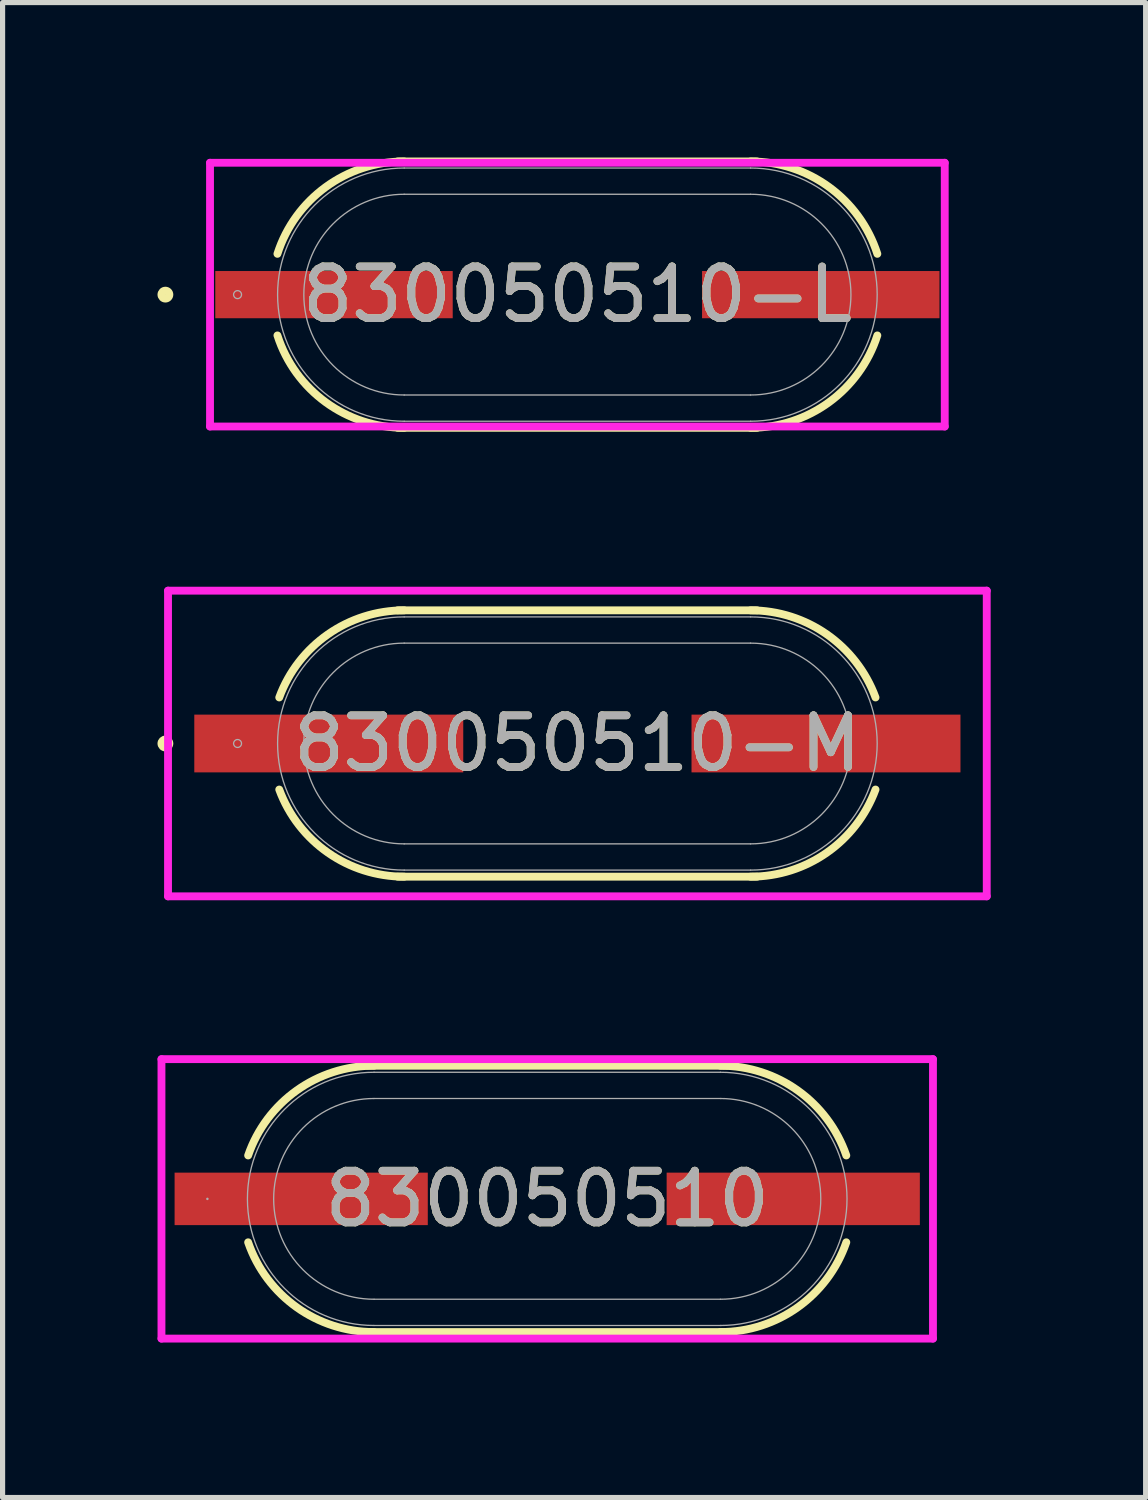
<source format=kicad_pcb>
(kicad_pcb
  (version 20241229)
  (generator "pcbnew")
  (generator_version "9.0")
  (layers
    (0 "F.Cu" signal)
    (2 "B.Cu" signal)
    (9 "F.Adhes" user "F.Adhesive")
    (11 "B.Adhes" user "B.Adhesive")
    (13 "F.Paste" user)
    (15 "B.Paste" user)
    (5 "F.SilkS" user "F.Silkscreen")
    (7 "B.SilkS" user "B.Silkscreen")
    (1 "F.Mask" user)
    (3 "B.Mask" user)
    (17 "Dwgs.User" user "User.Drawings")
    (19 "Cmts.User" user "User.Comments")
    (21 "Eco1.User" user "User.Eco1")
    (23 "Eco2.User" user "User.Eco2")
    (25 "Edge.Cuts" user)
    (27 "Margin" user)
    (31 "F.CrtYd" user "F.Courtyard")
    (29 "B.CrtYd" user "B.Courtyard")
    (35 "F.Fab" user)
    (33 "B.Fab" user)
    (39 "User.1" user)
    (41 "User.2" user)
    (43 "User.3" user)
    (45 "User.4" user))
  (footprint "830050510"
    (layer "F.Cu")
    (at 7.544 20.16)
    (property "Reference" "830050510" (at 0 0 0) (unlocked yes) (layer "F.SilkS") (effects (font (size 1 1) (thickness 0.15))))
    (attr smd)
    (fp_line (start -3.48 -2.578) (end 3.48 -2.578) (stroke (width 0.152) (type solid)) (layer "F.SilkS"))
    (fp_line (start 3.48 2.578) (end -3.48 2.578) (stroke (width 0.152) (type solid)) (layer "F.SilkS"))
    (fp_arc (start -5.789961 -0.84074) (mid -4.849311 -2.099299) (end -3.3528 -2.5781) (stroke (width 0.1524) (type solid)) (layer "F.SilkS"))
    (fp_arc (start -3.3528 2.5781) (mid -4.849311 2.099298) (end -5.789962 0.840738) (stroke (width 0.1524) (type solid)) (layer "F.SilkS"))
    (fp_arc (start 3.3528 -2.5781) (mid 4.849311 -2.099299) (end 5.789961 -0.84074) (stroke (width 0.1524) (type solid)) (layer "F.SilkS"))
    (fp_arc (start 5.789961 0.84074) (mid 4.849311 2.099299) (end 3.3528 2.5781) (stroke (width 0.1524) (type solid)) (layer "F.SilkS"))
    (fp_line (start -7.468 -2.705) (end 7.468 -2.705) (stroke (width 0.152) (type solid)) (layer "F.CrtYd"))
    (fp_line (start -7.468 2.705) (end -7.468 -2.705) (stroke (width 0.152) (type solid)) (layer "F.CrtYd"))
    (fp_line (start 7.468 -2.705) (end 7.468 2.705) (stroke (width 0.152) (type solid)) (layer "F.CrtYd"))
    (fp_line (start 7.468 2.705) (end -7.468 2.705) (stroke (width 0.152) (type solid)) (layer "F.CrtYd"))
    (fp_line (start -3.353 -2.451) (end 3.353 -2.451) (stroke (width 0.025) (type solid)) (layer "F.Fab"))
    (fp_line (start -3.353 -1.943) (end 3.353 -1.943) (stroke (width 0.025) (type solid)) (layer "F.Fab"))
    (fp_line (start 3.353 1.943) (end -3.353 1.943) (stroke (width 0.025) (type solid)) (layer "F.Fab"))
    (fp_line (start 3.353 2.451) (end -3.353 2.451) (stroke (width 0.025) (type solid)) (layer "F.Fab"))
    (fp_arc (start -3.3528 1.9431) (mid -5.2959 0) (end -3.3528 -1.9431) (stroke (width 0.0254) (type solid)) (layer "F.Fab"))
    (fp_arc (start -3.3528 2.4511) (mid -5.8039 0) (end -3.3528 -2.4511) (stroke (width 0.0254) (type solid)) (layer "F.Fab"))
    (fp_arc (start 3.3528 -2.4511) (mid 5.8039 0) (end 3.3528 2.4511) (stroke (width 0.0254) (type solid)) (layer "F.Fab"))
    (fp_arc (start 3.3528 -1.9431) (mid 5.2959 0) (end 3.3528 1.9431) (stroke (width 0.0254) (type solid)) (layer "F.Fab"))
    (fp_circle (center -6.579 0) (end -6.579 0) (stroke (width 0.025) (type solid)) (fill no) (layer "F.Fab"))
    (fp_text user "${REFERENCE}" (at 0 0 0) (unlocked yes) (layer "F.Fab") (effects (font (size 1 1) (thickness 0.15))))
    (pad "1" smd rect (at -4.763 0 90) (size 1.016 4.902) (layers "F.Cu" "F.Mask" "F.Paste"))
    (pad "2" smd rect (at 4.763 0 90) (size 1.016 4.902) (layers "F.Cu" "F.Mask" "F.Paste")))
  (footprint "830050510-L"
    (layer "F.Cu")
    (at 8.128 2.654)
    (property "Reference" "830050510-L" (at 0 0 0) (unlocked yes) (layer "F.SilkS") (effects (font (size 1 1) (thickness 0.15))))
    (attr smd)
    (fp_line (start -3.48 -2.578) (end 3.48 -2.578) (stroke (width 0.152) (type solid)) (layer "F.SilkS"))
    (fp_line (start 3.48 2.578) (end -3.48 2.578) (stroke (width 0.152) (type solid)) (layer "F.SilkS"))
    (fp_arc (start -5.806897 -0.78994) (mid -4.871032 -2.083644) (end -3.3528 -2.5781) (stroke (width 0.1524) (type solid)) (layer "F.SilkS"))
    (fp_arc (start -3.352796 2.5781) (mid -4.871029 2.083646) (end -5.806897 0.789942) (stroke (width 0.1524) (type solid)) (layer "F.SilkS"))
    (fp_arc (start 3.3528 -2.5781) (mid 4.871032 -2.083644) (end 5.806897 -0.78994) (stroke (width 0.1524) (type solid)) (layer "F.SilkS"))
    (fp_arc (start 5.806897 0.78994) (mid 4.871032 2.083644) (end 3.3528 2.5781) (stroke (width 0.1524) (type solid)) (layer "F.SilkS"))
    (fp_circle (center -7.976 0) (end -7.899 0) (stroke (width 0.152) (type solid)) (fill no) (layer "F.SilkS"))
    (fp_line (start -7.112 -2.553) (end 7.112 -2.553) (stroke (width 0.152) (type solid)) (layer "F.CrtYd"))
    (fp_line (start -7.112 2.553) (end -7.112 -2.553) (stroke (width 0.152) (type solid)) (layer "F.CrtYd"))
    (fp_line (start 7.112 -2.553) (end 7.112 2.553) (stroke (width 0.152) (type solid)) (layer "F.CrtYd"))
    (fp_line (start 7.112 2.553) (end -7.112 2.553) (stroke (width 0.152) (type solid)) (layer "F.CrtYd"))
    (fp_line (start -3.353 -2.451) (end 3.353 -2.451) (stroke (width 0.025) (type solid)) (layer "F.Fab"))
    (fp_line (start -3.353 -1.943) (end 3.353 -1.943) (stroke (width 0.025) (type solid)) (layer "F.Fab"))
    (fp_line (start 3.353 1.943) (end -3.353 1.943) (stroke (width 0.025) (type solid)) (layer "F.Fab"))
    (fp_line (start 3.353 2.451) (end -3.353 2.451) (stroke (width 0.025) (type solid)) (layer "F.Fab"))
    (fp_arc (start -3.3528 1.9431) (mid -5.2959 0) (end -3.3528 -1.9431) (stroke (width 0.0254) (type solid)) (layer "F.Fab"))
    (fp_arc (start -3.3528 2.4511) (mid -5.8039 0) (end -3.3528 -2.4511) (stroke (width 0.0254) (type solid)) (layer "F.Fab"))
    (fp_arc (start 3.3528 -2.4511) (mid 5.8039 0) (end 3.3528 2.4511) (stroke (width 0.0254) (type solid)) (layer "F.Fab"))
    (fp_arc (start 3.3528 -1.9431) (mid 5.2959 0) (end 3.3528 1.9431) (stroke (width 0.0254) (type solid)) (layer "F.Fab"))
    (fp_circle (center -6.579 0) (end -6.502 0) (stroke (width 0.025) (type solid)) (fill no) (layer "F.Fab"))
    (fp_text user "${REFERENCE}" (at 0 0 0) (unlocked yes) (layer "F.Fab") (effects (font (size 1 1) (thickness 0.15))))
    (pad "1" smd rect (at -4.712 0 90) (size 0.914 4.597) (layers "F.Cu" "F.Mask" "F.Paste"))
    (pad "2" smd rect (at 4.712 0 90) (size 0.914 4.597) (layers "F.Cu" "F.Mask" "F.Paste")))
  (footprint "830050510-M"
    (layer "F.Cu")
    (at 8.128 11.344)
    (property "Reference" "830050510-M" (at 0 0 0) (unlocked yes) (layer "F.SilkS") (effects (font (size 1 1) (thickness 0.15))))
    (attr smd)
    (fp_line (start -3.48 -2.578) (end 3.48 -2.578) (stroke (width 0.152) (type solid)) (layer "F.SilkS"))
    (fp_line (start 3.48 2.578) (end -3.48 2.578) (stroke (width 0.152) (type solid)) (layer "F.SilkS"))
    (fp_arc (start -5.77184 -0.89154) (mid -4.827269 -2.114838) (end -3.3528 -2.5781) (stroke (width 0.1524) (type solid)) (layer "F.SilkS"))
    (fp_arc (start -3.352803 2.5781) (mid -4.827271 2.114837) (end -5.771841 0.891539) (stroke (width 0.1524) (type solid)) (layer "F.SilkS"))
    (fp_arc (start 3.3528 -2.5781) (mid 4.827269 -2.114838) (end 5.77184 -0.89154) (stroke (width 0.1524) (type solid)) (layer "F.SilkS"))
    (fp_arc (start 5.77184 0.89154) (mid 4.827269 2.114838) (end 3.3528 2.5781) (stroke (width 0.1524) (type solid)) (layer "F.SilkS"))
    (fp_circle (center -7.976 0) (end -7.899 0) (stroke (width 0.152) (type solid)) (fill no) (layer "F.SilkS"))
    (fp_line (start -7.925 -2.959) (end 7.925 -2.959) (stroke (width 0.152) (type solid)) (layer "F.CrtYd"))
    (fp_line (start -7.925 2.959) (end -7.925 -2.959) (stroke (width 0.152) (type solid)) (layer "F.CrtYd"))
    (fp_line (start 7.925 -2.959) (end 7.925 2.959) (stroke (width 0.152) (type solid)) (layer "F.CrtYd"))
    (fp_line (start 7.925 2.959) (end -7.925 2.959) (stroke (width 0.152) (type solid)) (layer "F.CrtYd"))
    (fp_line (start -3.353 -2.451) (end 3.353 -2.451) (stroke (width 0.025) (type solid)) (layer "F.Fab"))
    (fp_line (start -3.353 -1.943) (end 3.353 -1.943) (stroke (width 0.025) (type solid)) (layer "F.Fab"))
    (fp_line (start 3.353 1.943) (end -3.353 1.943) (stroke (width 0.025) (type solid)) (layer "F.Fab"))
    (fp_line (start 3.353 2.451) (end -3.353 2.451) (stroke (width 0.025) (type solid)) (layer "F.Fab"))
    (fp_arc (start -3.3528 1.9431) (mid -5.2959 0) (end -3.3528 -1.9431) (stroke (width 0.0254) (type solid)) (layer "F.Fab"))
    (fp_arc (start -3.3528 2.4511) (mid -5.8039 0) (end -3.3528 -2.4511) (stroke (width 0.0254) (type solid)) (layer "F.Fab"))
    (fp_arc (start 3.3528 -2.4511) (mid 5.8039 0) (end 3.3528 2.4511) (stroke (width 0.0254) (type solid)) (layer "F.Fab"))
    (fp_arc (start 3.3528 -1.9431) (mid 5.2959 0) (end 3.3528 1.9431) (stroke (width 0.0254) (type solid)) (layer "F.Fab"))
    (fp_circle (center -6.579 0) (end -6.502 0) (stroke (width 0.025) (type solid)) (fill no) (layer "F.Fab"))
    (fp_text user "${REFERENCE}" (at 0 0 0) (unlocked yes) (layer "F.Fab") (effects (font (size 1 1) (thickness 0.15))))
    (pad "1" smd rect (at -4.813 0 90) (size 1.118 5.207) (layers "F.Cu" "F.Mask" "F.Paste"))
    (pad "2" smd rect (at 4.813 0 90) (size 1.118 5.207) (layers "F.Cu" "F.Mask" "F.Paste")))
  (gr_rect
    (start -3 -3)
    (end 19.129 25.942)
    (stroke (width 0.1) (type default))
    (fill no)
    (layer "Edge.Cuts")))
</source>
